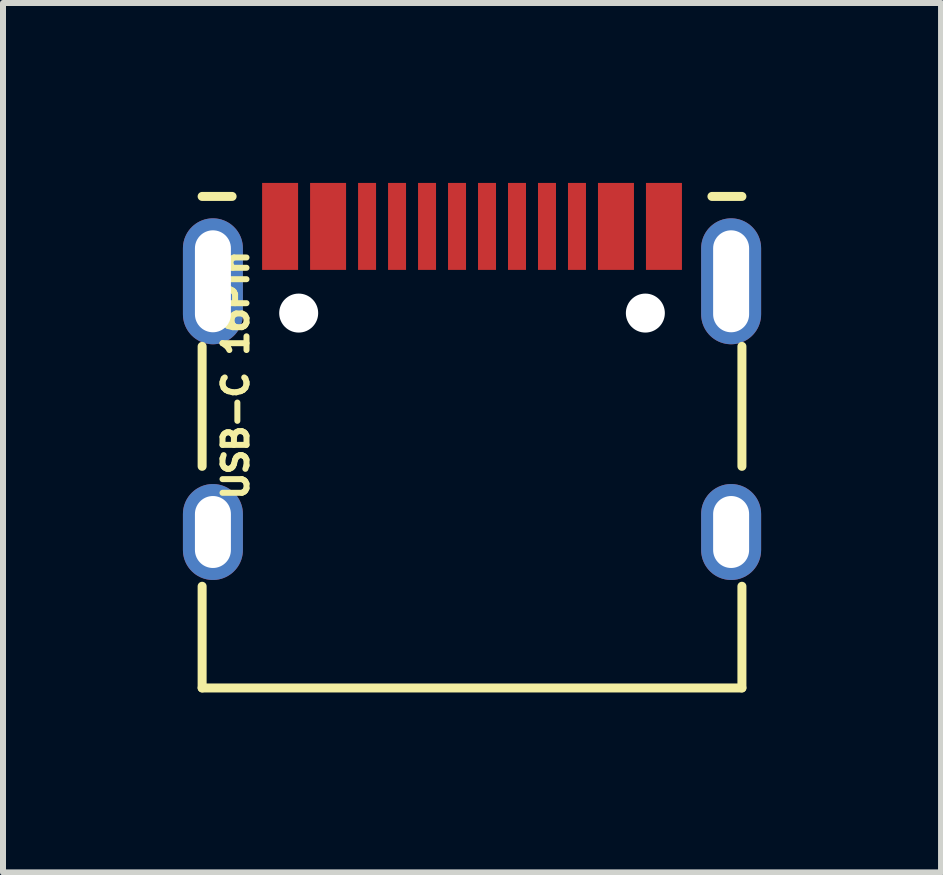
<source format=kicad_pcb>
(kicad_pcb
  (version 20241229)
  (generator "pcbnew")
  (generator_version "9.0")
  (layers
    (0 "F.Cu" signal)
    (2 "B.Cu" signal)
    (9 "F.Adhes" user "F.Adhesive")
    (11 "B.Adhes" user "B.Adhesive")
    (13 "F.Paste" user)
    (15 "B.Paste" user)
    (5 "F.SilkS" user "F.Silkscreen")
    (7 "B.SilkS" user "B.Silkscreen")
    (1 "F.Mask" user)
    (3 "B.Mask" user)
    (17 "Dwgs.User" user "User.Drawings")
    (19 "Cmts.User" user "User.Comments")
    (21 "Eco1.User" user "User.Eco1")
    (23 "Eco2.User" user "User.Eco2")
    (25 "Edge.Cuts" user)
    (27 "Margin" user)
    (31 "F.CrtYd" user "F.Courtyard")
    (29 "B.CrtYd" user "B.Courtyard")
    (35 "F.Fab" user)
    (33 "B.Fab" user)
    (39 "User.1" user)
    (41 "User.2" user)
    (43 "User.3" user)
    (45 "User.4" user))
  (footprint "USB-C 16Pin"
    (layer "F.Cu")
    (at 4.82 0.725)
    (property "Reference" "USB-C 16Pin" (at -3.94 2.48 270) (layer "F.SilkS") (effects (font (size 0.4 0.4) (thickness 0.1))))
    (attr through_hole)
    (fp_line (start -4.5 -0.5) (end -4 -0.5) (stroke (width 0.15) (type solid)) (layer "F.SilkS"))
    (fp_line (start -4.5 2) (end -4.5 4) (stroke (width 0.15) (type solid)) (layer "F.SilkS"))
    (fp_line (start -4.5 7.695) (end -4.5 6) (stroke (width 0.15) (type solid)) (layer "F.SilkS"))
    (fp_line (start 4 -0.5) (end 4.5 -0.5) (stroke (width 0.15) (type solid)) (layer "F.SilkS"))
    (fp_line (start 4.5 4) (end 4.5 2) (stroke (width 0.15) (type solid)) (layer "F.SilkS"))
    (fp_line (start 4.5 6) (end 4.5 7.695) (stroke (width 0.15) (type solid)) (layer "F.SilkS"))
    (fp_line (start 4.5 7.695) (end -4.5 7.695) (stroke (width 0.15) (type solid)) (layer "F.SilkS"))
    (pad "" np_thru_hole circle (at -2.89 1.445) (size 0.65 0.65) (drill 0.65) (layers "*.Cu" "*.Mask"))
    (pad "" np_thru_hole circle (at 2.89 1.445) (size 0.65 0.65) (drill 0.65) (layers "*.Cu" "*.Mask"))
    (pad "A1" smd rect (at -3.2 0) (size 0.6 1.45) (layers "F.Cu" "F.Mask" "F.Paste"))
    (pad "A4" smd rect (at -2.4 0) (size 0.6 1.45) (layers "F.Cu" "F.Mask" "F.Paste"))
    (pad "A5" smd rect (at -1.25 0) (size 0.3 1.45) (layers "F.Cu" "F.Mask" "F.Paste"))
    (pad "A6" smd rect (at -0.25 0) (size 0.3 1.45) (layers "F.Cu" "F.Mask" "F.Paste"))
    (pad "A7" smd rect (at 0.25 0) (size 0.3 1.45) (layers "F.Cu" "F.Mask" "F.Paste"))
    (pad "A8" smd rect (at 1.25 0) (size 0.3 1.45) (layers "F.Cu" "F.Mask" "F.Paste"))
    (pad "B1" smd rect (at 3.2 0) (size 0.6 1.45) (layers "F.Cu" "F.Mask" "F.Paste"))
    (pad "B4" smd rect (at 2.4 0) (size 0.6 1.45) (layers "F.Cu" "F.Mask" "F.Paste"))
    (pad "B5" smd rect (at 1.75 0) (size 0.3 1.45) (layers "F.Cu" "F.Mask" "F.Paste"))
    (pad "B6" smd rect (at 0.75 0) (size 0.3 1.45) (layers "F.Cu" "F.Mask" "F.Paste"))
    (pad "B7" smd rect (at -0.75 0) (size 0.3 1.45) (layers "F.Cu" "F.Mask" "F.Paste"))
    (pad "B8" smd rect (at -1.75 0) (size 0.3 1.45) (layers "F.Cu" "F.Mask" "F.Paste"))
    (pad "S1" thru_hole oval (at -4.32 0.915) (size 1 2.1) (drill oval 0.6 1.7) (layers "*.Cu" "*.Mask"))
    (pad "S1" thru_hole oval (at -4.32 5.095) (size 1 1.6) (drill oval 0.6 1.2) (layers "*.Cu" "*.Mask"))
    (pad "S1" thru_hole oval (at 4.32 0.915) (size 1 2.1) (drill oval 0.6 1.7) (layers "*.Cu" "*.Mask"))
    (pad "S1" thru_hole oval (at 4.32 5.095) (size 1 1.6) (drill oval 0.6 1.2) (layers "*.Cu" "*.Mask")))
  (gr_rect
    (start -3 -3)
    (end 12.64 11.495)
    (stroke (width 0.1) (type default))
    (fill no)
    (layer "Edge.Cuts")))
</source>
